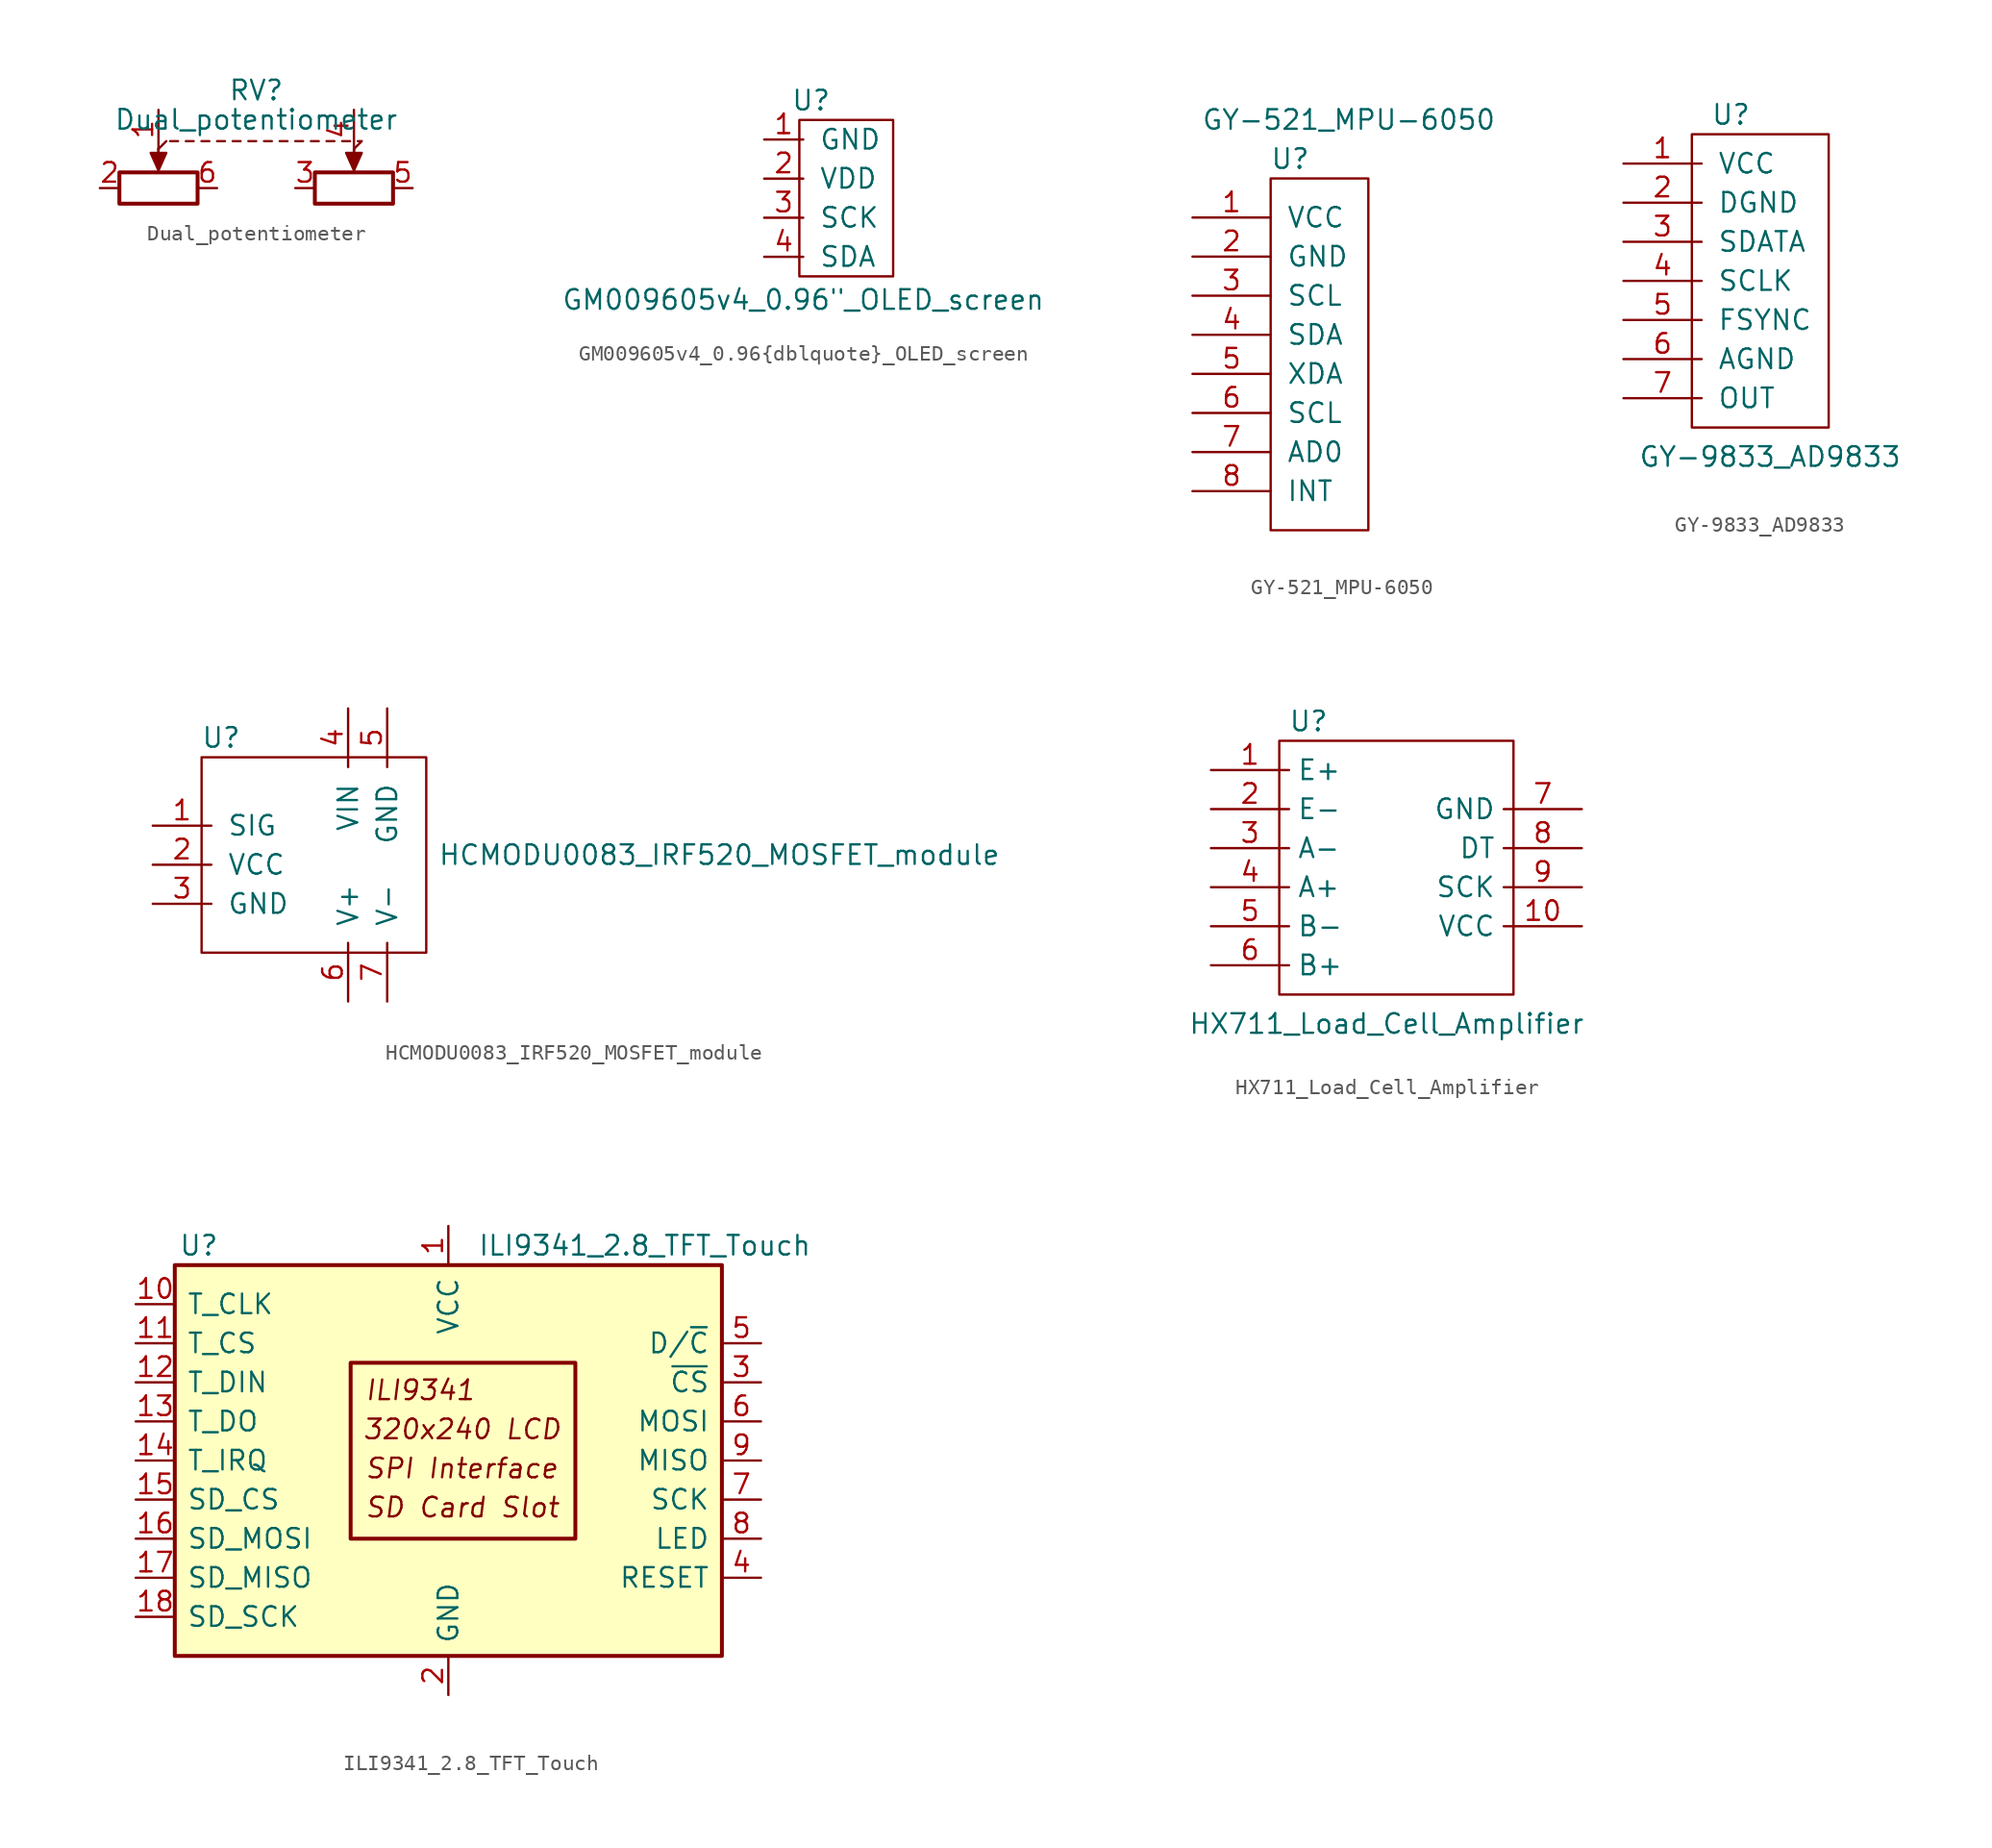
<source format=kicad_sym>
(kicad_symbol_lib
  (version 20211014)
  (generator kicad_symbol_editor)
  (symbol "Dual_potentiometer"
    (pin_names
      (offset 1.016) hide)
    (property "Reference" "RV"
      (at 0 3.81 0)
      (effects (font (size 1.27 1.27))))
    (property "Value" "Dual_potentiometer"
      (at 0 1.905 0)
      (effects (font (size 1.27 1.27))))
    (symbol "Dual_potentiometer_0_1"
      (rectangle (start -8.89 -1.524) (end -3.81 -3.556) (stroke (width 0.254) (type default) (color 0 0 0 0)) (fill (type none)))
      (polyline (pts (xy -6.35 0) (xy -6.35 -1.016)) (stroke (width 0) (type default) (color 0 0 0 0)) (fill (type none)))
      (polyline (pts (xy -6.35 0) (xy -6.35 -1.016)) (stroke (width 0) (type default) (color 0 0 0 0)) (fill (type none)))
      (polyline (pts (xy -6.35 0) (xy -5.842 0.508)) (stroke (width 0) (type default) (color 0 0 0 0)) (fill (type none)))
      (polyline (pts (xy -5.588 0.508) (xy -5.08 0.508)) (stroke (width 0) (type default) (color 0 0 0 0)) (fill (type none)))
      (polyline (pts (xy -4.572 0.508) (xy -4.064 0.508)) (stroke (width 0) (type default) (color 0 0 0 0)) (fill (type none)))
      (polyline (pts (xy -3.556 0.508) (xy -3.048 0.508)) (stroke (width 0) (type default) (color 0 0 0 0)) (fill (type none)))
      (polyline (pts (xy -2.54 0.508) (xy -2.032 0.508)) (stroke (width 0) (type default) (color 0 0 0 0)) (fill (type none)))
      (polyline (pts (xy -1.524 0.508) (xy -1.016 0.508)) (stroke (width 0) (type default) (color 0 0 0 0)) (fill (type none)))
      (polyline (pts (xy -0.508 0.508) (xy 0 0.508)) (stroke (width 0) (type default) (color 0 0 0 0)) (fill (type none)))
      (polyline (pts (xy 0.508 0.508) (xy 1.016 0.508)) (stroke (width 0) (type default) (color 0 0 0 0)) (fill (type none)))
      (polyline (pts (xy 1.524 0.508) (xy 2.032 0.508)) (stroke (width 0) (type default) (color 0 0 0 0)) (fill (type none)))
      (polyline (pts (xy 2.54 0.508) (xy 3.048 0.508)) (stroke (width 0) (type default) (color 0 0 0 0)) (fill (type none)))
      (polyline (pts (xy 3.556 0.508) (xy 4.064 0.508)) (stroke (width 0) (type default) (color 0 0 0 0)) (fill (type none)))
      (polyline (pts (xy 4.572 0.508) (xy 5.08 0.508)) (stroke (width 0) (type default) (color 0 0 0 0)) (fill (type none)))
      (polyline (pts (xy 5.588 0.508) (xy 6.096 0.508)) (stroke (width 0) (type default) (color 0 0 0 0)) (fill (type none)))
      (polyline (pts (xy 6.35 0) (xy 6.35 -1.016)) (stroke (width 0) (type default) (color 0 0 0 0)) (fill (type none)))
      (polyline (pts (xy 6.35 0) (xy 6.35 -1.016)) (stroke (width 0) (type default) (color 0 0 0 0)) (fill (type none)))
      (polyline (pts (xy 6.604 0.508) (xy 6.858 0.508) (xy 6.35 0)) (stroke (width 0) (type default) (color 0 0 0 0)) (fill (type none)))
      (polyline (pts (xy -6.35 -1.397) (xy -6.858 -0.254) (xy -5.842 -0.254) (xy -6.35 -1.397)) (stroke (width 0) (type default) (color 0 0 0 0)) (fill (type outline)))
      (polyline (pts (xy 6.35 -1.397) (xy 5.842 -0.254) (xy 6.858 -0.254) (xy 6.35 -1.397)) (stroke (width 0) (type default) (color 0 0 0 0)) (fill (type outline)))
      (rectangle (start 3.81 -1.524) (end 8.89 -3.556) (stroke (width 0.254) (type default) (color 0 0 0 0)) (fill (type none))))
    (symbol "Dual_potentiometer_1_1"
      (pin passive line (at -6.35 2.54 270) (length 2.54) (name "2" (effects (font (size 1.27 1.27)))) (number "1" (effects (font (size 1.27 1.27)))))
      (pin passive line (at -10.16 -2.54 0) (length 1.27) (name "1" (effects (font (size 1.27 1.27)))) (number "2" (effects (font (size 1.27 1.27)))))
      (pin passive line (at 2.54 -2.54 0) (length 1.27) (name "4" (effects (font (size 1.27 1.27)))) (number "3" (effects (font (size 1.27 1.27)))))
      (pin passive line (at 6.35 2.54 270) (length 2.54) (name "5" (effects (font (size 1.27 1.27)))) (number "4" (effects (font (size 1.27 1.27)))))
      (pin passive line (at 10.16 -2.54 180) (length 1.27) (name "6" (effects (font (size 1.27 1.27)))) (number "5" (effects (font (size 1.27 1.27)))))
      (pin passive line (at -2.54 -2.54 180) (length 1.27) (name "3" (effects (font (size 1.27 1.27)))) (number "6" (effects (font (size 1.27 1.27)))))))
  (symbol "GM009605v4_0.96{dblquote}_OLED_screen"
    (pin_names
      (offset 1.016))
    (property "Reference" "U"
      (at 3.048 2.54 0)
      (effects (font (size 1.27 1.27))))
    (property "Value" "GM009605v4_0.96{dblquote}_OLED_screen"
      (at 2.54 -10.414 0)
      (effects (font (size 1.27 1.27))))
    (symbol "GM009605v4_0.96{dblquote}_OLED_screen_0_1"
      (polyline (pts (xy 2.286 1.27) (xy 2.286 -8.89) (xy 8.382 -8.89) (xy 8.382 1.27) (xy 2.286 1.27)) (stroke (width 0) (type default) (color 0 0 0 0)) (fill (type none))))
    (symbol "GM009605v4_0.96{dblquote}_OLED_screen_1_1"
      (pin power_in line (at 0 0 0) (length 2.54) (name "GND" (effects (font (size 1.27 1.27)))) (number "1" (effects (font (size 1.27 1.27)))))
      (pin power_in line (at 0 -2.54 0) (length 2.54) (name "VDD" (effects (font (size 1.27 1.27)))) (number "2" (effects (font (size 1.27 1.27)))))
      (pin input line (at 0 -5.08 0) (length 2.54) (name "SCK" (effects (font (size 1.27 1.27)))) (number "3" (effects (font (size 1.27 1.27)))))
      (pin input line (at 0 -7.62 0) (length 2.54) (name "SDA" (effects (font (size 1.27 1.27)))) (number "4" (effects (font (size 1.27 1.27)))))))
  (symbol "GY-521_MPU-6050"
    (pin_names
      (offset 1.016))
    (property "Reference" "U"
      (at 6.35 3.81 0)
      (effects (font (size 1.27 1.27))))
    (property "Value" "GY-521_MPU-6050"
      (at 10.16 6.35 0)
      (effects (font (size 1.27 1.27))))
    (symbol "GY-521_MPU-6050_0_1"
      (rectangle (start 5.08 2.54) (end 11.43 -20.32) (stroke (width 0) (type default) (color 0 0 0 0)) (fill (type none))))
    (symbol "GY-521_MPU-6050_1_1"
      (pin power_in line (at 0 0 0) (length 5.08) (name "VCC" (effects (font (size 1.27 1.27)))) (number "1" (effects (font (size 1.27 1.27)))))
      (pin power_in line (at 0 -2.54 0) (length 5.08) (name "GND" (effects (font (size 1.27 1.27)))) (number "2" (effects (font (size 1.27 1.27)))))
      (pin bidirectional line (at 0 -5.08 0) (length 5.08) (name "SCL" (effects (font (size 1.27 1.27)))) (number "3" (effects (font (size 1.27 1.27)))))
      (pin bidirectional line (at 0 -7.62 0) (length 5.08) (name "SDA" (effects (font (size 1.27 1.27)))) (number "4" (effects (font (size 1.27 1.27)))))
      (pin bidirectional line (at 0 -10.16 0) (length 5.08) (name "XDA" (effects (font (size 1.27 1.27)))) (number "5" (effects (font (size 1.27 1.27)))))
      (pin bidirectional line (at 0 -12.7 0) (length 5.08) (name "SCL" (effects (font (size 1.27 1.27)))) (number "6" (effects (font (size 1.27 1.27)))))
      (pin bidirectional line (at 0 -15.24 0) (length 5.08) (name "AD0" (effects (font (size 1.27 1.27)))) (number "7" (effects (font (size 1.27 1.27)))))
      (pin bidirectional line (at 0 -17.78 0) (length 5.08) (name "INT" (effects (font (size 1.27 1.27)))) (number "8" (effects (font (size 1.27 1.27)))))))
  (symbol "GY-9833_AD9833"
    (pin_names
      (offset 1.016))
    (property "Reference" "U"
      (at 6.985 3.175 0)
      (effects (font (size 1.27 1.27))))
    (property "Value" "GY-9833_AD9833"
      (at 9.525 -19.05 0)
      (effects (font (size 1.27 1.27))))
    (symbol "GY-9833_AD9833_0_1"
      (rectangle (start 4.445 1.905) (end 13.335 -17.145) (stroke (width 0) (type default) (color 0 0 0 0)) (fill (type none))))
    (symbol "GY-9833_AD9833_1_1"
      (pin power_in line (at 0 0 0) (length 5.08) (name "VCC" (effects (font (size 1.27 1.27)))) (number "1" (effects (font (size 1.27 1.27)))))
      (pin power_in line (at 0 -2.54 0) (length 5.08) (name "DGND" (effects (font (size 1.27 1.27)))) (number "2" (effects (font (size 1.27 1.27)))))
      (pin output line (at 0 -5.08 0) (length 5.08) (name "SDATA" (effects (font (size 1.27 1.27)))) (number "3" (effects (font (size 1.27 1.27)))))
      (pin output line (at 0 -7.62 0) (length 5.08) (name "SCLK" (effects (font (size 1.27 1.27)))) (number "4" (effects (font (size 1.27 1.27)))))
      (pin output line (at 0 -10.16 0) (length 5.08) (name "FSYNC" (effects (font (size 1.27 1.27)))) (number "5" (effects (font (size 1.27 1.27)))))
      (pin output line (at 0 -12.7 0) (length 5.08) (name "AGND" (effects (font (size 1.27 1.27)))) (number "6" (effects (font (size 1.27 1.27)))))
      (pin output line (at 0 -15.24 0) (length 5.08) (name "OUT" (effects (font (size 1.27 1.27)))) (number "7" (effects (font (size 1.27 1.27)))))))
  (symbol "HCMODU0083_IRF520_MOSFET_module"
    (pin_names
      (offset 1.016))
    (property "Reference" "U"
      (at 4.445 5.715 0)
      (effects (font (size 1.27 1.27))))
    (property "Value" "HCMODU0083_IRF520_MOSFET_module"
      (at 36.83 -1.905 0)
      (effects (font (size 1.27 1.27))))
    (symbol "HCMODU0083_IRF520_MOSFET_module_0_1"
      (polyline (pts (xy 17.145 4.445) (xy 3.175 4.445) (xy 3.175 -8.255) (xy 17.78 -8.255) (xy 17.78 4.445) (xy 17.145 4.445)) (stroke (width 0) (type default) (color 0 0 0 0)) (fill (type none))))
    (symbol "HCMODU0083_IRF520_MOSFET_module_1_1"
      (pin input line (at 0 0 0) (length 3.81) (name "SIG" (effects (font (size 1.27 1.27)))) (number "1" (effects (font (size 1.27 1.27)))))
      (pin power_in line (at 0 -2.54 0) (length 3.81) (name "VCC" (effects (font (size 1.27 1.27)))) (number "2" (effects (font (size 1.27 1.27)))))
      (pin power_in line (at 0 -5.08 0) (length 3.81) (name "GND" (effects (font (size 1.27 1.27)))) (number "3" (effects (font (size 1.27 1.27)))))
      (pin power_in line (at 12.7 7.62 270) (length 3.81) (name "VIN" (effects (font (size 1.27 1.27)))) (number "4" (effects (font (size 1.27 1.27)))))
      (pin power_in line (at 15.24 7.62 270) (length 3.81) (name "GND" (effects (font (size 1.27 1.27)))) (number "5" (effects (font (size 1.27 1.27)))))
      (pin power_out line (at 12.7 -11.43 90) (length 3.81) (name "V+" (effects (font (size 1.27 1.27)))) (number "6" (effects (font (size 1.27 1.27)))))
      (pin power_out line (at 15.24 -11.43 90) (length 3.81) (name "V-" (effects (font (size 1.27 1.27)))) (number "7" (effects (font (size 1.27 1.27)))))))
  (symbol "HX711_Load_Cell_Amplifier"
    (property "Reference" "U"
      (at 6.35 3.175 0)
      (effects (font (size 1.27 1.27))))
    (property "Value" "HX711_Load_Cell_Amplifier"
      (at 11.43 -16.51 0)
      (effects (font (size 1.27 1.27))))
    (symbol "HX711_Load_Cell_Amplifier_0_1"
      (polyline (pts (xy 4.445 1.905) (xy 4.445 -14.605) (xy 19.685 -14.605) (xy 19.685 1.905) (xy 4.445 1.905)) (stroke (width 0.152) (type default) (color 0 0 0 0)) (fill (type none))))
    (symbol "HX711_Load_Cell_Amplifier_1_1"
      (pin input line (at 0 0 0) (length 5.08) (name "E+" (effects (font (size 1.27 1.27)))) (number "1" (effects (font (size 1.27 1.27)))))
      (pin power_in line (at 24.13 -10.16 180) (length 5.08) (name "VCC" (effects (font (size 1.27 1.27)))) (number "10" (effects (font (size 1.27 1.27)))))
      (pin input line (at 0 -2.54 0) (length 5.08) (name "E-" (effects (font (size 1.27 1.27)))) (number "2" (effects (font (size 1.27 1.27)))))
      (pin input line (at 0 -5.08 0) (length 5.08) (name "A-" (effects (font (size 1.27 1.27)))) (number "3" (effects (font (size 1.27 1.27)))))
      (pin input line (at 0 -7.62 0) (length 5.08) (name "A+" (effects (font (size 1.27 1.27)))) (number "4" (effects (font (size 1.27 1.27)))))
      (pin input line (at 0 -10.16 0) (length 5.08) (name "B-" (effects (font (size 1.27 1.27)))) (number "5" (effects (font (size 1.27 1.27)))))
      (pin input line (at 0 -12.7 0) (length 5.08) (name "B+" (effects (font (size 1.27 1.27)))) (number "6" (effects (font (size 1.27 1.27)))))
      (pin power_in line (at 24.13 -2.54 180) (length 5.08) (name "GND" (effects (font (size 1.27 1.27)))) (number "7" (effects (font (size 1.27 1.27)))))
      (pin bidirectional line (at 24.13 -5.08 180) (length 5.08) (name "DT" (effects (font (size 1.27 1.27)))) (number "8" (effects (font (size 1.27 1.27)))))
      (pin bidirectional line (at 24.13 -7.62 180) (length 5.08) (name "SCK" (effects (font (size 1.27 1.27)))) (number "9" (effects (font (size 1.27 1.27)))))))
  (symbol "ILI9341_2.8_TFT_Touch"
    (pin_names
      (offset 0.762))
    (property "Reference" "U"
      (at -17.526 13.97 0)
      (effects (font (size 1.27 1.27)) (justify left)))
    (property "Value" "ILI9341_2.8_TFT_Touch"
      (at 1.905 13.97 0)
      (effects (font (size 1.27 1.27)) (justify left)))
    (symbol "ILI9341_2.8_TFT_Touch_0_0"
      (text "320x240 LCD" (at 0.889 2.032 0) (effects (font (size 1.27 1.27) italic)))
      (text "ILI9341" (at -5.461 4.572 0) (effects (font (size 1.27 1.27) italic) (justify left)))
      (text "SD Card Slot" (at -5.461 -3.048 0) (effects (font (size 1.27 1.27) italic) (justify left)))
      (text "SPI Interface" (at -5.461 -0.508 0) (effects (font (size 1.27 1.27) italic) (justify left))))
    (symbol "ILI9341_2.8_TFT_Touch_0_1"
      (rectangle (start -17.78 12.7) (end 17.78 -12.7) (stroke (width 0.254) (type default) (color 0 0 0 0)) (fill (type background)))
      (rectangle (start -6.35 6.35) (end 8.255 -5.08) (stroke (width 0.254) (type default) (color 0 0 0 0)) (fill (type none))))
    (symbol "ILI9341_2.8_TFT_Touch_1_1"
      (pin power_in line (at 0 15.24 270) (length 2.54) (name "VCC" (effects (font (size 1.27 1.27)))) (number "1" (effects (font (size 1.27 1.27)))))
      (pin output line (at -20.32 10.16 0) (length 2.54) (name "T_CLK" (effects (font (size 1.27 1.27)))) (number "10" (effects (font (size 1.27 1.27)))))
      (pin input line (at -20.32 7.62 0) (length 2.54) (name "T_CS" (effects (font (size 1.27 1.27)))) (number "11" (effects (font (size 1.27 1.27)))))
      (pin input line (at -20.32 5.08 0) (length 2.54) (name "T_DIN" (effects (font (size 1.27 1.27)))) (number "12" (effects (font (size 1.27 1.27)))))
      (pin output line (at -20.32 2.54 0) (length 2.54) (name "T_DO" (effects (font (size 1.27 1.27)))) (number "13" (effects (font (size 1.27 1.27)))))
      (pin output line (at -20.32 0 0) (length 2.54) (name "T_IRQ" (effects (font (size 1.27 1.27)))) (number "14" (effects (font (size 1.27 1.27)))))
      (pin output line (at -20.32 -2.54 0) (length 2.54) (name "SD_CS" (effects (font (size 1.27 1.27)))) (number "15" (effects (font (size 1.27 1.27)))))
      (pin bidirectional line (at -20.32 -5.08 0) (length 2.54) (name "SD_MOSI" (effects (font (size 1.27 1.27)))) (number "16" (effects (font (size 1.27 1.27)))))
      (pin bidirectional line (at -20.32 -7.62 0) (length 2.54) (name "SD_MISO" (effects (font (size 1.27 1.27)))) (number "17" (effects (font (size 1.27 1.27)))))
      (pin output line (at -20.32 -10.16 0) (length 2.54) (name "SD_SCK" (effects (font (size 1.27 1.27)))) (number "18" (effects (font (size 1.27 1.27)))))
      (pin power_in line (at 0 -15.24 90) (length 2.54) (name "GND" (effects (font (size 1.27 1.27)))) (number "2" (effects (font (size 1.27 1.27)))))
      (pin input line (at 20.32 5.08 180) (length 2.54) (name "~{CS}" (effects (font (size 1.27 1.27)))) (number "3" (effects (font (size 1.27 1.27)))))
      (pin input line (at 20.32 -7.62 180) (length 2.54) (name "RESET" (effects (font (size 1.27 1.27)))) (number "4" (effects (font (size 1.27 1.27)))))
      (pin input line (at 20.32 7.62 180) (length 2.54) (name "D/~{C}" (effects (font (size 1.27 1.27)))) (number "5" (effects (font (size 1.27 1.27)))))
      (pin input line (at 20.32 2.54 180) (length 2.54) (name "MOSI" (effects (font (size 1.27 1.27)))) (number "6" (effects (font (size 1.27 1.27)))))
      (pin input line (at 20.32 -2.54 180) (length 2.54) (name "SCK" (effects (font (size 1.27 1.27)))) (number "7" (effects (font (size 1.27 1.27)))))
      (pin input line (at 20.32 -5.08 180) (length 2.54) (name "LED" (effects (font (size 1.27 1.27)))) (number "8" (effects (font (size 1.27 1.27)))))
      (pin output line (at 20.32 0 180) (length 2.54) (name "MISO" (effects (font (size 1.27 1.27)))) (number "9" (effects (font (size 1.27 1.27))))))))
</source>
